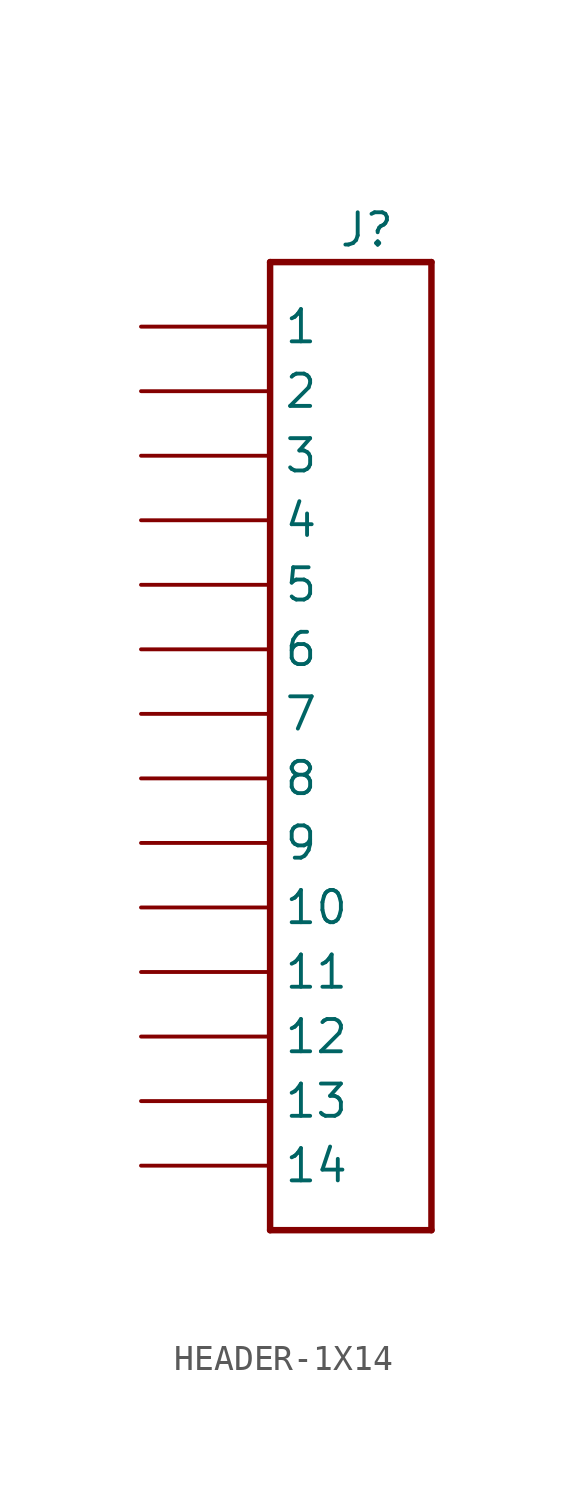
<source format=kicad_sym>
(kicad_symbol_lib
  (version 20220914)
  (generator kicad_symbol_editor)
  (symbol "HEADER-1X14"
    (pin_numbers hide)
    (property "Reference" "J"
      (at 0 17.78 0)
      (effects (font (size 1.27 1.27))))
    (symbol "HEADER-1X14_1_0"
      (polyline (pts (xy -3.81 -21.59) (xy -3.81 16.51)) (stroke (width 0.254) (type solid)) (fill (type none)))
      (polyline (pts (xy -3.81 16.51) (xy 2.54 16.51)) (stroke (width 0.254) (type solid)) (fill (type none)))
      (polyline (pts (xy 2.54 -21.59) (xy -3.81 -21.59)) (stroke (width 0.254) (type solid)) (fill (type none)))
      (polyline (pts (xy 2.54 16.51) (xy 2.54 -21.59)) (stroke (width 0.254) (type solid)) (fill (type none)))
      (pin bidirectional line (at -8.89 13.97 0) (length 5.08) (name "1" (effects (font (size 1.27 1.27)))) (number "1" (effects (font (size 1.27 1.27)))))
      (pin bidirectional line (at -8.89 -8.89 0) (length 5.08) (name "10" (effects (font (size 1.27 1.27)))) (number "10" (effects (font (size 1.27 1.27)))))
      (pin bidirectional line (at -8.89 -11.43 0) (length 5.08) (name "11" (effects (font (size 1.27 1.27)))) (number "11" (effects (font (size 1.27 1.27)))))
      (pin bidirectional line (at -8.89 -13.97 0) (length 5.08) (name "12" (effects (font (size 1.27 1.27)))) (number "12" (effects (font (size 1.27 1.27)))))
      (pin bidirectional line (at -8.89 -16.51 0) (length 5.08) (name "13" (effects (font (size 1.27 1.27)))) (number "13" (effects (font (size 1.27 1.27)))))
      (pin bidirectional line (at -8.89 -19.05 0) (length 5.08) (name "14" (effects (font (size 1.27 1.27)))) (number "14" (effects (font (size 1.27 1.27)))))
      (pin bidirectional line (at -8.89 11.43 0) (length 5.08) (name "2" (effects (font (size 1.27 1.27)))) (number "2" (effects (font (size 1.27 1.27)))))
      (pin bidirectional line (at -8.89 8.89 0) (length 5.08) (name "3" (effects (font (size 1.27 1.27)))) (number "3" (effects (font (size 1.27 1.27)))))
      (pin bidirectional line (at -8.89 6.35 0) (length 5.08) (name "4" (effects (font (size 1.27 1.27)))) (number "4" (effects (font (size 1.27 1.27)))))
      (pin bidirectional line (at -8.89 3.81 0) (length 5.08) (name "5" (effects (font (size 1.27 1.27)))) (number "5" (effects (font (size 1.27 1.27)))))
      (pin bidirectional line (at -8.89 1.27 0) (length 5.08) (name "6" (effects (font (size 1.27 1.27)))) (number "6" (effects (font (size 1.27 1.27)))))
      (pin bidirectional line (at -8.89 -1.27 0) (length 5.08) (name "7" (effects (font (size 1.27 1.27)))) (number "7" (effects (font (size 1.27 1.27)))))
      (pin bidirectional line (at -8.89 -3.81 0) (length 5.08) (name "8" (effects (font (size 1.27 1.27)))) (number "8" (effects (font (size 1.27 1.27)))))
      (pin bidirectional line (at -8.89 -6.35 0) (length 5.08) (name "9" (effects (font (size 1.27 1.27)))) (number "9" (effects (font (size 1.27 1.27))))))))
</source>
